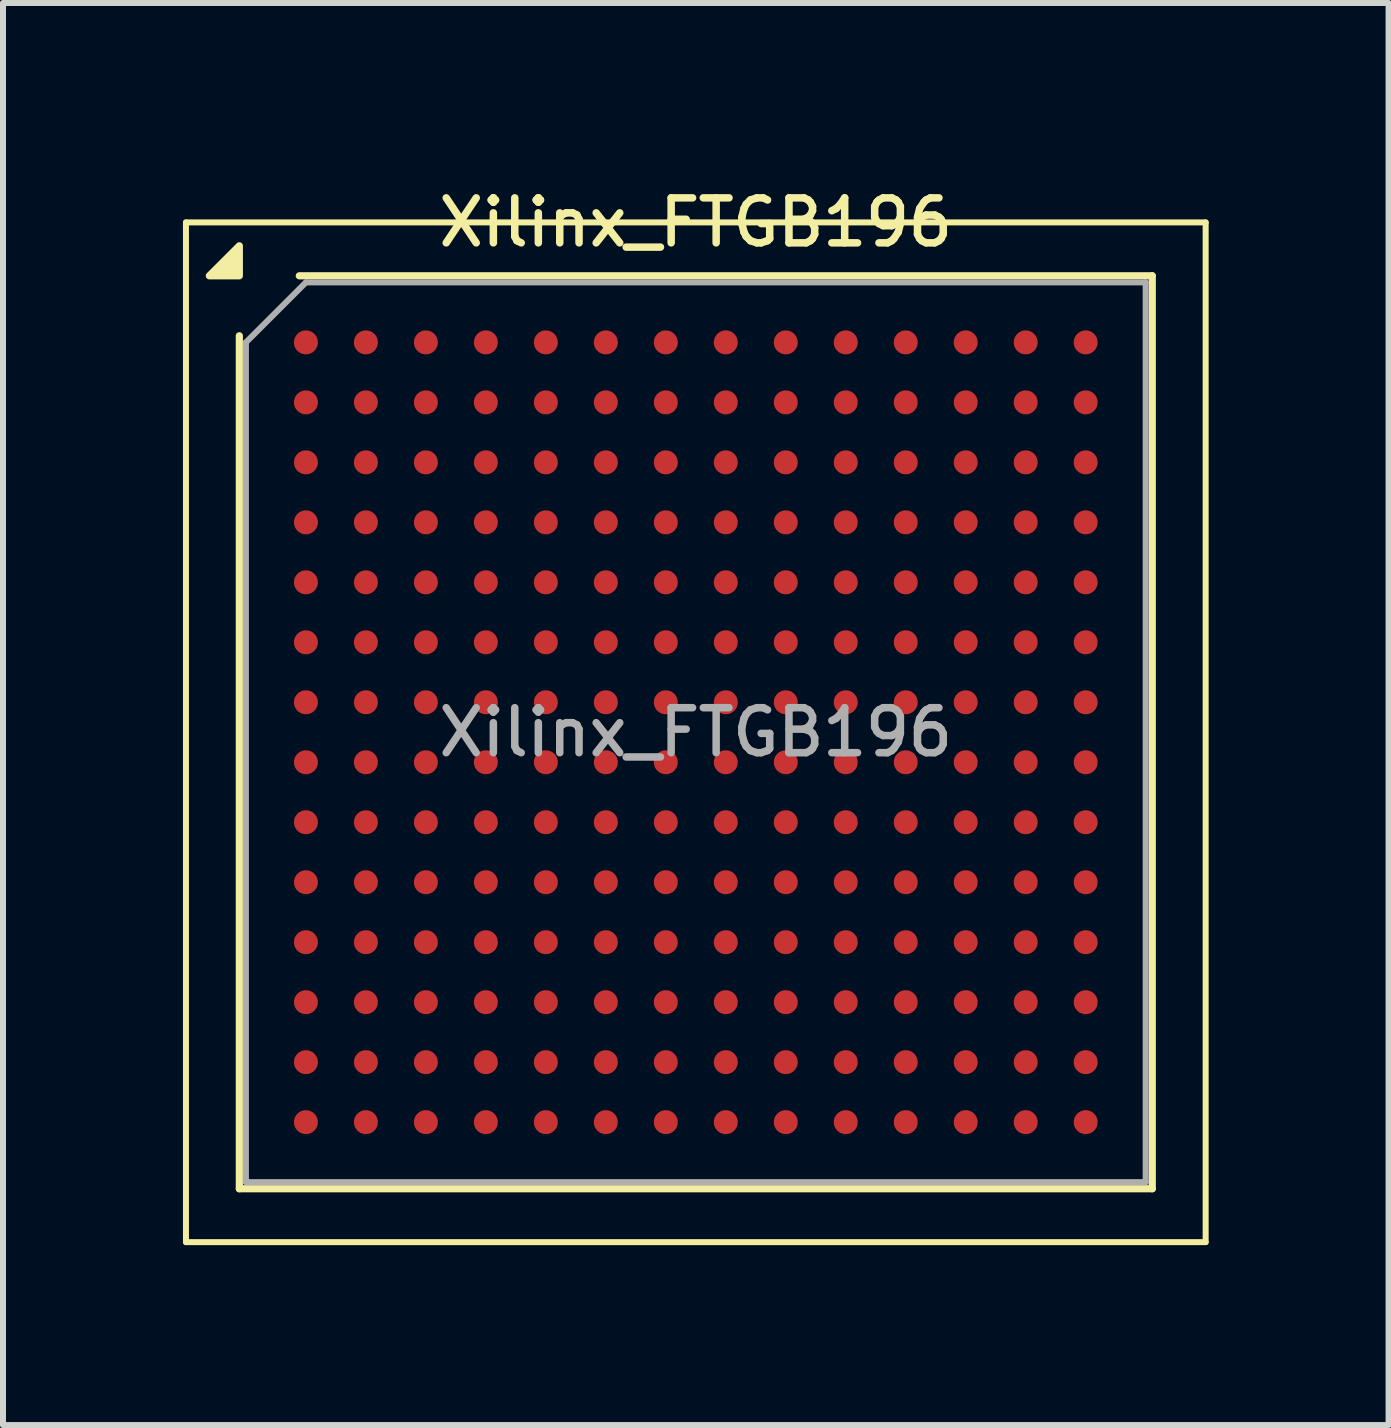
<source format=kicad_pcb>
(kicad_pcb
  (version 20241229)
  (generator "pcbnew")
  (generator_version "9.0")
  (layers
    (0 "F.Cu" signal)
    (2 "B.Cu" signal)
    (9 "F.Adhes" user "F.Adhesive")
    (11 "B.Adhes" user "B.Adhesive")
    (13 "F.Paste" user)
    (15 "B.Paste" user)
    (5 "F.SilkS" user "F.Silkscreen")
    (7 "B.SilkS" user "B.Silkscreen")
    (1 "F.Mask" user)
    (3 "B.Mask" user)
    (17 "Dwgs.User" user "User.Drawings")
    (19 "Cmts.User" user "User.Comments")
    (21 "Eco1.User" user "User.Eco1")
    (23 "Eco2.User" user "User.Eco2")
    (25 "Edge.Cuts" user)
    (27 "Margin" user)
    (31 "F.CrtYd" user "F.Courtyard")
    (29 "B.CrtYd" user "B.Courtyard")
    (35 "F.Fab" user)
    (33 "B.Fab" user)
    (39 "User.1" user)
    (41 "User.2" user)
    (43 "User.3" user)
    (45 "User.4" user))
  (footprint "Xilinx_FTGB196"
    (layer "F.Cu")
    (at 8.55 9.158)
    (property "Reference" "Xilinx_FTGB196" (at 0 -8.5 0) (layer "F.SilkS") (effects (font (size 0.75 0.75) (thickness 0.125))))
    (attr smd)
    (fp_line (start -8.5 -8.5) (end -8.5 8.5) (stroke (width 0.1) (type solid)) (layer "F.SilkS"))
    (fp_line (start -8.5 8.5) (end 8.5 8.5) (stroke (width 0.1) (type solid)) (layer "F.SilkS"))
    (fp_line (start -7.61 7.61) (end -7.61 -6.61) (stroke (width 0.12) (type solid)) (layer "F.SilkS"))
    (fp_line (start -6.61 -7.61) (end 7.61 -7.61) (stroke (width 0.12) (type solid)) (layer "F.SilkS"))
    (fp_line (start 7.61 -7.61) (end 7.61 7.61) (stroke (width 0.12) (type solid)) (layer "F.SilkS"))
    (fp_line (start 7.61 7.61) (end -7.61 7.61) (stroke (width 0.12) (type solid)) (layer "F.SilkS"))
    (fp_line (start 8.5 -8.5) (end -8.5 -8.5) (stroke (width 0.1) (type solid)) (layer "F.SilkS"))
    (fp_line (start 8.5 8.5) (end 8.5 -8.5) (stroke (width 0.1) (type solid)) (layer "F.SilkS"))
    (fp_poly (pts (xy -7.61 -7.61) (xy -8.11 -7.61) (xy -7.61 -8.11) (xy -7.61 -7.61)) (stroke (width 0.12) (type solid)) (fill yes) (layer "F.SilkS"))
    (fp_line (start -7.5 -6.5) (end -6.5 -7.5) (stroke (width 0.1) (type solid)) (layer "F.Fab"))
    (fp_line (start -7.5 7.5) (end -7.5 -6.5) (stroke (width 0.1) (type solid)) (layer "F.Fab"))
    (fp_line (start -6.5 -7.5) (end 7.5 -7.5) (stroke (width 0.1) (type solid)) (layer "F.Fab"))
    (fp_line (start 7.5 -7.5) (end 7.5 7.5) (stroke (width 0.1) (type solid)) (layer "F.Fab"))
    (fp_line (start 7.5 7.5) (end -7.5 7.5) (stroke (width 0.1) (type solid)) (layer "F.Fab"))
    (fp_text user "${REFERENCE}" (at 0 0 0) (layer "F.Fab") (effects (font (size 0.75 0.75) (thickness 0.125))))
    (pad "A1" smd circle (at -6.5 -6.5) (size 0.4 0.4) (property pad_prop_bga) (layers "F.Cu" "F.Mask" "F.Paste"))
    (pad "A2" smd circle (at -5.5 -6.5) (size 0.4 0.4) (property pad_prop_bga) (layers "F.Cu" "F.Mask" "F.Paste"))
    (pad "A3" smd circle (at -4.5 -6.5) (size 0.4 0.4) (property pad_prop_bga) (layers "F.Cu" "F.Mask" "F.Paste"))
    (pad "A4" smd circle (at -3.5 -6.5) (size 0.4 0.4) (property pad_prop_bga) (layers "F.Cu" "F.Mask" "F.Paste"))
    (pad "A5" smd circle (at -2.5 -6.5) (size 0.4 0.4) (property pad_prop_bga) (layers "F.Cu" "F.Mask" "F.Paste"))
    (pad "A6" smd circle (at -1.5 -6.5) (size 0.4 0.4) (property pad_prop_bga) (layers "F.Cu" "F.Mask" "F.Paste"))
    (pad "A7" smd circle (at -0.5 -6.5) (size 0.4 0.4) (property pad_prop_bga) (layers "F.Cu" "F.Mask" "F.Paste"))
    (pad "A8" smd circle (at 0.5 -6.5) (size 0.4 0.4) (property pad_prop_bga) (layers "F.Cu" "F.Mask" "F.Paste"))
    (pad "A9" smd circle (at 1.5 -6.5) (size 0.4 0.4) (property pad_prop_bga) (layers "F.Cu" "F.Mask" "F.Paste"))
    (pad "A10" smd circle (at 2.5 -6.5) (size 0.4 0.4) (property pad_prop_bga) (layers "F.Cu" "F.Mask" "F.Paste"))
    (pad "A11" smd circle (at 3.5 -6.5) (size 0.4 0.4) (property pad_prop_bga) (layers "F.Cu" "F.Mask" "F.Paste"))
    (pad "A12" smd circle (at 4.5 -6.5) (size 0.4 0.4) (property pad_prop_bga) (layers "F.Cu" "F.Mask" "F.Paste"))
    (pad "A13" smd circle (at 5.5 -6.5) (size 0.4 0.4) (property pad_prop_bga) (layers "F.Cu" "F.Mask" "F.Paste"))
    (pad "A14" smd circle (at 6.5 -6.5) (size 0.4 0.4) (property pad_prop_bga) (layers "F.Cu" "F.Mask" "F.Paste"))
    (pad "B1" smd circle (at -6.5 -5.5) (size 0.4 0.4) (property pad_prop_bga) (layers "F.Cu" "F.Mask" "F.Paste"))
    (pad "B2" smd circle (at -5.5 -5.5) (size 0.4 0.4) (property pad_prop_bga) (layers "F.Cu" "F.Mask" "F.Paste"))
    (pad "B3" smd circle (at -4.5 -5.5) (size 0.4 0.4) (property pad_prop_bga) (layers "F.Cu" "F.Mask" "F.Paste"))
    (pad "B4" smd circle (at -3.5 -5.5) (size 0.4 0.4) (property pad_prop_bga) (layers "F.Cu" "F.Mask" "F.Paste"))
    (pad "B5" smd circle (at -2.5 -5.5) (size 0.4 0.4) (property pad_prop_bga) (layers "F.Cu" "F.Mask" "F.Paste"))
    (pad "B6" smd circle (at -1.5 -5.5) (size 0.4 0.4) (property pad_prop_bga) (layers "F.Cu" "F.Mask" "F.Paste"))
    (pad "B7" smd circle (at -0.5 -5.5) (size 0.4 0.4) (property pad_prop_bga) (layers "F.Cu" "F.Mask" "F.Paste"))
    (pad "B8" smd circle (at 0.5 -5.5) (size 0.4 0.4) (property pad_prop_bga) (layers "F.Cu" "F.Mask" "F.Paste"))
    (pad "B9" smd circle (at 1.5 -5.5) (size 0.4 0.4) (property pad_prop_bga) (layers "F.Cu" "F.Mask" "F.Paste"))
    (pad "B10" smd circle (at 2.5 -5.5) (size 0.4 0.4) (property pad_prop_bga) (layers "F.Cu" "F.Mask" "F.Paste"))
    (pad "B11" smd circle (at 3.5 -5.5) (size 0.4 0.4) (property pad_prop_bga) (layers "F.Cu" "F.Mask" "F.Paste"))
    (pad "B12" smd circle (at 4.5 -5.5) (size 0.4 0.4) (property pad_prop_bga) (layers "F.Cu" "F.Mask" "F.Paste"))
    (pad "B13" smd circle (at 5.5 -5.5) (size 0.4 0.4) (property pad_prop_bga) (layers "F.Cu" "F.Mask" "F.Paste"))
    (pad "B14" smd circle (at 6.5 -5.5) (size 0.4 0.4) (property pad_prop_bga) (layers "F.Cu" "F.Mask" "F.Paste"))
    (pad "C1" smd circle (at -6.5 -4.5) (size 0.4 0.4) (property pad_prop_bga) (layers "F.Cu" "F.Mask" "F.Paste"))
    (pad "C2" smd circle (at -5.5 -4.5) (size 0.4 0.4) (property pad_prop_bga) (layers "F.Cu" "F.Mask" "F.Paste"))
    (pad "C3" smd circle (at -4.5 -4.5) (size 0.4 0.4) (property pad_prop_bga) (layers "F.Cu" "F.Mask" "F.Paste"))
    (pad "C4" smd circle (at -3.5 -4.5) (size 0.4 0.4) (property pad_prop_bga) (layers "F.Cu" "F.Mask" "F.Paste"))
    (pad "C5" smd circle (at -2.5 -4.5) (size 0.4 0.4) (property pad_prop_bga) (layers "F.Cu" "F.Mask" "F.Paste"))
    (pad "C6" smd circle (at -1.5 -4.5) (size 0.4 0.4) (property pad_prop_bga) (layers "F.Cu" "F.Mask" "F.Paste"))
    (pad "C7" smd circle (at -0.5 -4.5) (size 0.4 0.4) (property pad_prop_bga) (layers "F.Cu" "F.Mask" "F.Paste"))
    (pad "C8" smd circle (at 0.5 -4.5) (size 0.4 0.4) (property pad_prop_bga) (layers "F.Cu" "F.Mask" "F.Paste"))
    (pad "C9" smd circle (at 1.5 -4.5) (size 0.4 0.4) (property pad_prop_bga) (layers "F.Cu" "F.Mask" "F.Paste"))
    (pad "C10" smd circle (at 2.5 -4.5) (size 0.4 0.4) (property pad_prop_bga) (layers "F.Cu" "F.Mask" "F.Paste"))
    (pad "C11" smd circle (at 3.5 -4.5) (size 0.4 0.4) (property pad_prop_bga) (layers "F.Cu" "F.Mask" "F.Paste"))
    (pad "C12" smd circle (at 4.5 -4.5) (size 0.4 0.4) (property pad_prop_bga) (layers "F.Cu" "F.Mask" "F.Paste"))
    (pad "C13" smd circle (at 5.5 -4.5) (size 0.4 0.4) (property pad_prop_bga) (layers "F.Cu" "F.Mask" "F.Paste"))
    (pad "C14" smd circle (at 6.5 -4.5) (size 0.4 0.4) (property pad_prop_bga) (layers "F.Cu" "F.Mask" "F.Paste"))
    (pad "D1" smd circle (at -6.5 -3.5) (size 0.4 0.4) (property pad_prop_bga) (layers "F.Cu" "F.Mask" "F.Paste"))
    (pad "D2" smd circle (at -5.5 -3.5) (size 0.4 0.4) (property pad_prop_bga) (layers "F.Cu" "F.Mask" "F.Paste"))
    (pad "D3" smd circle (at -4.5 -3.5) (size 0.4 0.4) (property pad_prop_bga) (layers "F.Cu" "F.Mask" "F.Paste"))
    (pad "D4" smd circle (at -3.5 -3.5) (size 0.4 0.4) (property pad_prop_bga) (layers "F.Cu" "F.Mask" "F.Paste"))
    (pad "D5" smd circle (at -2.5 -3.5) (size 0.4 0.4) (property pad_prop_bga) (layers "F.Cu" "F.Mask" "F.Paste"))
    (pad "D6" smd circle (at -1.5 -3.5) (size 0.4 0.4) (property pad_prop_bga) (layers "F.Cu" "F.Mask" "F.Paste"))
    (pad "D7" smd circle (at -0.5 -3.5) (size 0.4 0.4) (property pad_prop_bga) (layers "F.Cu" "F.Mask" "F.Paste"))
    (pad "D8" smd circle (at 0.5 -3.5) (size 0.4 0.4) (property pad_prop_bga) (layers "F.Cu" "F.Mask" "F.Paste"))
    (pad "D9" smd circle (at 1.5 -3.5) (size 0.4 0.4) (property pad_prop_bga) (layers "F.Cu" "F.Mask" "F.Paste"))
    (pad "D10" smd circle (at 2.5 -3.5) (size 0.4 0.4) (property pad_prop_bga) (layers "F.Cu" "F.Mask" "F.Paste"))
    (pad "D11" smd circle (at 3.5 -3.5) (size 0.4 0.4) (property pad_prop_bga) (layers "F.Cu" "F.Mask" "F.Paste"))
    (pad "D12" smd circle (at 4.5 -3.5) (size 0.4 0.4) (property pad_prop_bga) (layers "F.Cu" "F.Mask" "F.Paste"))
    (pad "D13" smd circle (at 5.5 -3.5) (size 0.4 0.4) (property pad_prop_bga) (layers "F.Cu" "F.Mask" "F.Paste"))
    (pad "D14" smd circle (at 6.5 -3.5) (size 0.4 0.4) (property pad_prop_bga) (layers "F.Cu" "F.Mask" "F.Paste"))
    (pad "E1" smd circle (at -6.5 -2.5) (size 0.4 0.4) (property pad_prop_bga) (layers "F.Cu" "F.Mask" "F.Paste"))
    (pad "E2" smd circle (at -5.5 -2.5) (size 0.4 0.4) (property pad_prop_bga) (layers "F.Cu" "F.Mask" "F.Paste"))
    (pad "E3" smd circle (at -4.5 -2.5) (size 0.4 0.4) (property pad_prop_bga) (layers "F.Cu" "F.Mask" "F.Paste"))
    (pad "E4" smd circle (at -3.5 -2.5) (size 0.4 0.4) (property pad_prop_bga) (layers "F.Cu" "F.Mask" "F.Paste"))
    (pad "E5" smd circle (at -2.5 -2.5) (size 0.4 0.4) (property pad_prop_bga) (layers "F.Cu" "F.Mask" "F.Paste"))
    (pad "E6" smd circle (at -1.5 -2.5) (size 0.4 0.4) (property pad_prop_bga) (layers "F.Cu" "F.Mask" "F.Paste"))
    (pad "E7" smd circle (at -0.5 -2.5) (size 0.4 0.4) (property pad_prop_bga) (layers "F.Cu" "F.Mask" "F.Paste"))
    (pad "E8" smd circle (at 0.5 -2.5) (size 0.4 0.4) (property pad_prop_bga) (layers "F.Cu" "F.Mask" "F.Paste"))
    (pad "E9" smd circle (at 1.5 -2.5) (size 0.4 0.4) (property pad_prop_bga) (layers "F.Cu" "F.Mask" "F.Paste"))
    (pad "E10" smd circle (at 2.5 -2.5) (size 0.4 0.4) (property pad_prop_bga) (layers "F.Cu" "F.Mask" "F.Paste"))
    (pad "E11" smd circle (at 3.5 -2.5) (size 0.4 0.4) (property pad_prop_bga) (layers "F.Cu" "F.Mask" "F.Paste"))
    (pad "E12" smd circle (at 4.5 -2.5) (size 0.4 0.4) (property pad_prop_bga) (layers "F.Cu" "F.Mask" "F.Paste"))
    (pad "E13" smd circle (at 5.5 -2.5) (size 0.4 0.4) (property pad_prop_bga) (layers "F.Cu" "F.Mask" "F.Paste"))
    (pad "E14" smd circle (at 6.5 -2.5) (size 0.4 0.4) (property pad_prop_bga) (layers "F.Cu" "F.Mask" "F.Paste"))
    (pad "F1" smd circle (at -6.5 -1.5) (size 0.4 0.4) (property pad_prop_bga) (layers "F.Cu" "F.Mask" "F.Paste"))
    (pad "F2" smd circle (at -5.5 -1.5) (size 0.4 0.4) (property pad_prop_bga) (layers "F.Cu" "F.Mask" "F.Paste"))
    (pad "F3" smd circle (at -4.5 -1.5) (size 0.4 0.4) (property pad_prop_bga) (layers "F.Cu" "F.Mask" "F.Paste"))
    (pad "F4" smd circle (at -3.5 -1.5) (size 0.4 0.4) (property pad_prop_bga) (layers "F.Cu" "F.Mask" "F.Paste"))
    (pad "F5" smd circle (at -2.5 -1.5) (size 0.4 0.4) (property pad_prop_bga) (layers "F.Cu" "F.Mask" "F.Paste"))
    (pad "F6" smd circle (at -1.5 -1.5) (size 0.4 0.4) (property pad_prop_bga) (layers "F.Cu" "F.Mask" "F.Paste"))
    (pad "F7" smd circle (at -0.5 -1.5) (size 0.4 0.4) (property pad_prop_bga) (layers "F.Cu" "F.Mask" "F.Paste"))
    (pad "F8" smd circle (at 0.5 -1.5) (size 0.4 0.4) (property pad_prop_bga) (layers "F.Cu" "F.Mask" "F.Paste"))
    (pad "F9" smd circle (at 1.5 -1.5) (size 0.4 0.4) (property pad_prop_bga) (layers "F.Cu" "F.Mask" "F.Paste"))
    (pad "F10" smd circle (at 2.5 -1.5) (size 0.4 0.4) (property pad_prop_bga) (layers "F.Cu" "F.Mask" "F.Paste"))
    (pad "F11" smd circle (at 3.5 -1.5) (size 0.4 0.4) (property pad_prop_bga) (layers "F.Cu" "F.Mask" "F.Paste"))
    (pad "F12" smd circle (at 4.5 -1.5) (size 0.4 0.4) (property pad_prop_bga) (layers "F.Cu" "F.Mask" "F.Paste"))
    (pad "F13" smd circle (at 5.5 -1.5) (size 0.4 0.4) (property pad_prop_bga) (layers "F.Cu" "F.Mask" "F.Paste"))
    (pad "F14" smd circle (at 6.5 -1.5) (size 0.4 0.4) (property pad_prop_bga) (layers "F.Cu" "F.Mask" "F.Paste"))
    (pad "G1" smd circle (at -6.5 -0.5) (size 0.4 0.4) (property pad_prop_bga) (layers "F.Cu" "F.Mask" "F.Paste"))
    (pad "G2" smd circle (at -5.5 -0.5) (size 0.4 0.4) (property pad_prop_bga) (layers "F.Cu" "F.Mask" "F.Paste"))
    (pad "G3" smd circle (at -4.5 -0.5) (size 0.4 0.4) (property pad_prop_bga) (layers "F.Cu" "F.Mask" "F.Paste"))
    (pad "G4" smd circle (at -3.5 -0.5) (size 0.4 0.4) (property pad_prop_bga) (layers "F.Cu" "F.Mask" "F.Paste"))
    (pad "G5" smd circle (at -2.5 -0.5) (size 0.4 0.4) (property pad_prop_bga) (layers "F.Cu" "F.Mask" "F.Paste"))
    (pad "G6" smd circle (at -1.5 -0.5) (size 0.4 0.4) (property pad_prop_bga) (layers "F.Cu" "F.Mask" "F.Paste"))
    (pad "G7" smd circle (at -0.5 -0.5) (size 0.4 0.4) (property pad_prop_bga) (layers "F.Cu" "F.Mask" "F.Paste"))
    (pad "G8" smd circle (at 0.5 -0.5) (size 0.4 0.4) (property pad_prop_bga) (layers "F.Cu" "F.Mask" "F.Paste"))
    (pad "G9" smd circle (at 1.5 -0.5) (size 0.4 0.4) (property pad_prop_bga) (layers "F.Cu" "F.Mask" "F.Paste"))
    (pad "G10" smd circle (at 2.5 -0.5) (size 0.4 0.4) (property pad_prop_bga) (layers "F.Cu" "F.Mask" "F.Paste"))
    (pad "G11" smd circle (at 3.5 -0.5) (size 0.4 0.4) (property pad_prop_bga) (layers "F.Cu" "F.Mask" "F.Paste"))
    (pad "G12" smd circle (at 4.5 -0.5) (size 0.4 0.4) (property pad_prop_bga) (layers "F.Cu" "F.Mask" "F.Paste"))
    (pad "G13" smd circle (at 5.5 -0.5) (size 0.4 0.4) (property pad_prop_bga) (layers "F.Cu" "F.Mask" "F.Paste"))
    (pad "G14" smd circle (at 6.5 -0.5) (size 0.4 0.4) (property pad_prop_bga) (layers "F.Cu" "F.Mask" "F.Paste"))
    (pad "H1" smd circle (at -6.5 0.5) (size 0.4 0.4) (property pad_prop_bga) (layers "F.Cu" "F.Mask" "F.Paste"))
    (pad "H2" smd circle (at -5.5 0.5) (size 0.4 0.4) (property pad_prop_bga) (layers "F.Cu" "F.Mask" "F.Paste"))
    (pad "H3" smd circle (at -4.5 0.5) (size 0.4 0.4) (property pad_prop_bga) (layers "F.Cu" "F.Mask" "F.Paste"))
    (pad "H4" smd circle (at -3.5 0.5) (size 0.4 0.4) (property pad_prop_bga) (layers "F.Cu" "F.Mask" "F.Paste"))
    (pad "H5" smd circle (at -2.5 0.5) (size 0.4 0.4) (property pad_prop_bga) (layers "F.Cu" "F.Mask" "F.Paste"))
    (pad "H6" smd circle (at -1.5 0.5) (size 0.4 0.4) (property pad_prop_bga) (layers "F.Cu" "F.Mask" "F.Paste"))
    (pad "H7" smd circle (at -0.5 0.5) (size 0.4 0.4) (property pad_prop_bga) (layers "F.Cu" "F.Mask" "F.Paste"))
    (pad "H8" smd circle (at 0.5 0.5) (size 0.4 0.4) (property pad_prop_bga) (layers "F.Cu" "F.Mask" "F.Paste"))
    (pad "H9" smd circle (at 1.5 0.5) (size 0.4 0.4) (property pad_prop_bga) (layers "F.Cu" "F.Mask" "F.Paste"))
    (pad "H10" smd circle (at 2.5 0.5) (size 0.4 0.4) (property pad_prop_bga) (layers "F.Cu" "F.Mask" "F.Paste"))
    (pad "H11" smd circle (at 3.5 0.5) (size 0.4 0.4) (property pad_prop_bga) (layers "F.Cu" "F.Mask" "F.Paste"))
    (pad "H12" smd circle (at 4.5 0.5) (size 0.4 0.4) (property pad_prop_bga) (layers "F.Cu" "F.Mask" "F.Paste"))
    (pad "H13" smd circle (at 5.5 0.5) (size 0.4 0.4) (property pad_prop_bga) (layers "F.Cu" "F.Mask" "F.Paste"))
    (pad "H14" smd circle (at 6.5 0.5) (size 0.4 0.4) (property pad_prop_bga) (layers "F.Cu" "F.Mask" "F.Paste"))
    (pad "J1" smd circle (at -6.5 1.5) (size 0.4 0.4) (property pad_prop_bga) (layers "F.Cu" "F.Mask" "F.Paste"))
    (pad "J2" smd circle (at -5.5 1.5) (size 0.4 0.4) (property pad_prop_bga) (layers "F.Cu" "F.Mask" "F.Paste"))
    (pad "J3" smd circle (at -4.5 1.5) (size 0.4 0.4) (property pad_prop_bga) (layers "F.Cu" "F.Mask" "F.Paste"))
    (pad "J4" smd circle (at -3.5 1.5) (size 0.4 0.4) (property pad_prop_bga) (layers "F.Cu" "F.Mask" "F.Paste"))
    (pad "J5" smd circle (at -2.5 1.5) (size 0.4 0.4) (property pad_prop_bga) (layers "F.Cu" "F.Mask" "F.Paste"))
    (pad "J6" smd circle (at -1.5 1.5) (size 0.4 0.4) (property pad_prop_bga) (layers "F.Cu" "F.Mask" "F.Paste"))
    (pad "J7" smd circle (at -0.5 1.5) (size 0.4 0.4) (property pad_prop_bga) (layers "F.Cu" "F.Mask" "F.Paste"))
    (pad "J8" smd circle (at 0.5 1.5) (size 0.4 0.4) (property pad_prop_bga) (layers "F.Cu" "F.Mask" "F.Paste"))
    (pad "J9" smd circle (at 1.5 1.5) (size 0.4 0.4) (property pad_prop_bga) (layers "F.Cu" "F.Mask" "F.Paste"))
    (pad "J10" smd circle (at 2.5 1.5) (size 0.4 0.4) (property pad_prop_bga) (layers "F.Cu" "F.Mask" "F.Paste"))
    (pad "J11" smd circle (at 3.5 1.5) (size 0.4 0.4) (property pad_prop_bga) (layers "F.Cu" "F.Mask" "F.Paste"))
    (pad "J12" smd circle (at 4.5 1.5) (size 0.4 0.4) (property pad_prop_bga) (layers "F.Cu" "F.Mask" "F.Paste"))
    (pad "J13" smd circle (at 5.5 1.5) (size 0.4 0.4) (property pad_prop_bga) (layers "F.Cu" "F.Mask" "F.Paste"))
    (pad "J14" smd circle (at 6.5 1.5) (size 0.4 0.4) (property pad_prop_bga) (layers "F.Cu" "F.Mask" "F.Paste"))
    (pad "K1" smd circle (at -6.5 2.5) (size 0.4 0.4) (property pad_prop_bga) (layers "F.Cu" "F.Mask" "F.Paste"))
    (pad "K2" smd circle (at -5.5 2.5) (size 0.4 0.4) (property pad_prop_bga) (layers "F.Cu" "F.Mask" "F.Paste"))
    (pad "K3" smd circle (at -4.5 2.5) (size 0.4 0.4) (property pad_prop_bga) (layers "F.Cu" "F.Mask" "F.Paste"))
    (pad "K4" smd circle (at -3.5 2.5) (size 0.4 0.4) (property pad_prop_bga) (layers "F.Cu" "F.Mask" "F.Paste"))
    (pad "K5" smd circle (at -2.5 2.5) (size 0.4 0.4) (property pad_prop_bga) (layers "F.Cu" "F.Mask" "F.Paste"))
    (pad "K6" smd circle (at -1.5 2.5) (size 0.4 0.4) (property pad_prop_bga) (layers "F.Cu" "F.Mask" "F.Paste"))
    (pad "K7" smd circle (at -0.5 2.5) (size 0.4 0.4) (property pad_prop_bga) (layers "F.Cu" "F.Mask" "F.Paste"))
    (pad "K8" smd circle (at 0.5 2.5) (size 0.4 0.4) (property pad_prop_bga) (layers "F.Cu" "F.Mask" "F.Paste"))
    (pad "K9" smd circle (at 1.5 2.5) (size 0.4 0.4) (property pad_prop_bga) (layers "F.Cu" "F.Mask" "F.Paste"))
    (pad "K10" smd circle (at 2.5 2.5) (size 0.4 0.4) (property pad_prop_bga) (layers "F.Cu" "F.Mask" "F.Paste"))
    (pad "K11" smd circle (at 3.5 2.5) (size 0.4 0.4) (property pad_prop_bga) (layers "F.Cu" "F.Mask" "F.Paste"))
    (pad "K12" smd circle (at 4.5 2.5) (size 0.4 0.4) (property pad_prop_bga) (layers "F.Cu" "F.Mask" "F.Paste"))
    (pad "K13" smd circle (at 5.5 2.5) (size 0.4 0.4) (property pad_prop_bga) (layers "F.Cu" "F.Mask" "F.Paste"))
    (pad "K14" smd circle (at 6.5 2.5) (size 0.4 0.4) (property pad_prop_bga) (layers "F.Cu" "F.Mask" "F.Paste"))
    (pad "L1" smd circle (at -6.5 3.5) (size 0.4 0.4) (property pad_prop_bga) (layers "F.Cu" "F.Mask" "F.Paste"))
    (pad "L2" smd circle (at -5.5 3.5) (size 0.4 0.4) (property pad_prop_bga) (layers "F.Cu" "F.Mask" "F.Paste"))
    (pad "L3" smd circle (at -4.5 3.5) (size 0.4 0.4) (property pad_prop_bga) (layers "F.Cu" "F.Mask" "F.Paste"))
    (pad "L4" smd circle (at -3.5 3.5) (size 0.4 0.4) (property pad_prop_bga) (layers "F.Cu" "F.Mask" "F.Paste"))
    (pad "L5" smd circle (at -2.5 3.5) (size 0.4 0.4) (property pad_prop_bga) (layers "F.Cu" "F.Mask" "F.Paste"))
    (pad "L6" smd circle (at -1.5 3.5) (size 0.4 0.4) (property pad_prop_bga) (layers "F.Cu" "F.Mask" "F.Paste"))
    (pad "L7" smd circle (at -0.5 3.5) (size 0.4 0.4) (property pad_prop_bga) (layers "F.Cu" "F.Mask" "F.Paste"))
    (pad "L8" smd circle (at 0.5 3.5) (size 0.4 0.4) (property pad_prop_bga) (layers "F.Cu" "F.Mask" "F.Paste"))
    (pad "L9" smd circle (at 1.5 3.5) (size 0.4 0.4) (property pad_prop_bga) (layers "F.Cu" "F.Mask" "F.Paste"))
    (pad "L10" smd circle (at 2.5 3.5) (size 0.4 0.4) (property pad_prop_bga) (layers "F.Cu" "F.Mask" "F.Paste"))
    (pad "L11" smd circle (at 3.5 3.5) (size 0.4 0.4) (property pad_prop_bga) (layers "F.Cu" "F.Mask" "F.Paste"))
    (pad "L12" smd circle (at 4.5 3.5) (size 0.4 0.4) (property pad_prop_bga) (layers "F.Cu" "F.Mask" "F.Paste"))
    (pad "L13" smd circle (at 5.5 3.5) (size 0.4 0.4) (property pad_prop_bga) (layers "F.Cu" "F.Mask" "F.Paste"))
    (pad "L14" smd circle (at 6.5 3.5) (size 0.4 0.4) (property pad_prop_bga) (layers "F.Cu" "F.Mask" "F.Paste"))
    (pad "M1" smd circle (at -6.5 4.5) (size 0.4 0.4) (property pad_prop_bga) (layers "F.Cu" "F.Mask" "F.Paste"))
    (pad "M2" smd circle (at -5.5 4.5) (size 0.4 0.4) (property pad_prop_bga) (layers "F.Cu" "F.Mask" "F.Paste"))
    (pad "M3" smd circle (at -4.5 4.5) (size 0.4 0.4) (property pad_prop_bga) (layers "F.Cu" "F.Mask" "F.Paste"))
    (pad "M4" smd circle (at -3.5 4.5) (size 0.4 0.4) (property pad_prop_bga) (layers "F.Cu" "F.Mask" "F.Paste"))
    (pad "M5" smd circle (at -2.5 4.5) (size 0.4 0.4) (property pad_prop_bga) (layers "F.Cu" "F.Mask" "F.Paste"))
    (pad "M6" smd circle (at -1.5 4.5) (size 0.4 0.4) (property pad_prop_bga) (layers "F.Cu" "F.Mask" "F.Paste"))
    (pad "M7" smd circle (at -0.5 4.5) (size 0.4 0.4) (property pad_prop_bga) (layers "F.Cu" "F.Mask" "F.Paste"))
    (pad "M8" smd circle (at 0.5 4.5) (size 0.4 0.4) (property pad_prop_bga) (layers "F.Cu" "F.Mask" "F.Paste"))
    (pad "M9" smd circle (at 1.5 4.5) (size 0.4 0.4) (property pad_prop_bga) (layers "F.Cu" "F.Mask" "F.Paste"))
    (pad "M10" smd circle (at 2.5 4.5) (size 0.4 0.4) (property pad_prop_bga) (layers "F.Cu" "F.Mask" "F.Paste"))
    (pad "M11" smd circle (at 3.5 4.5) (size 0.4 0.4) (property pad_prop_bga) (layers "F.Cu" "F.Mask" "F.Paste"))
    (pad "M12" smd circle (at 4.5 4.5) (size 0.4 0.4) (property pad_prop_bga) (layers "F.Cu" "F.Mask" "F.Paste"))
    (pad "M13" smd circle (at 5.5 4.5) (size 0.4 0.4) (property pad_prop_bga) (layers "F.Cu" "F.Mask" "F.Paste"))
    (pad "M14" smd circle (at 6.5 4.5) (size 0.4 0.4) (property pad_prop_bga) (layers "F.Cu" "F.Mask" "F.Paste"))
    (pad "N1" smd circle (at -6.5 5.5) (size 0.4 0.4) (property pad_prop_bga) (layers "F.Cu" "F.Mask" "F.Paste"))
    (pad "N2" smd circle (at -5.5 5.5) (size 0.4 0.4) (property pad_prop_bga) (layers "F.Cu" "F.Mask" "F.Paste"))
    (pad "N3" smd circle (at -4.5 5.5) (size 0.4 0.4) (property pad_prop_bga) (layers "F.Cu" "F.Mask" "F.Paste"))
    (pad "N4" smd circle (at -3.5 5.5) (size 0.4 0.4) (property pad_prop_bga) (layers "F.Cu" "F.Mask" "F.Paste"))
    (pad "N5" smd circle (at -2.5 5.5) (size 0.4 0.4) (property pad_prop_bga) (layers "F.Cu" "F.Mask" "F.Paste"))
    (pad "N6" smd circle (at -1.5 5.5) (size 0.4 0.4) (property pad_prop_bga) (layers "F.Cu" "F.Mask" "F.Paste"))
    (pad "N7" smd circle (at -0.5 5.5) (size 0.4 0.4) (property pad_prop_bga) (layers "F.Cu" "F.Mask" "F.Paste"))
    (pad "N8" smd circle (at 0.5 5.5) (size 0.4 0.4) (property pad_prop_bga) (layers "F.Cu" "F.Mask" "F.Paste"))
    (pad "N9" smd circle (at 1.5 5.5) (size 0.4 0.4) (property pad_prop_bga) (layers "F.Cu" "F.Mask" "F.Paste"))
    (pad "N10" smd circle (at 2.5 5.5) (size 0.4 0.4) (property pad_prop_bga) (layers "F.Cu" "F.Mask" "F.Paste"))
    (pad "N11" smd circle (at 3.5 5.5) (size 0.4 0.4) (property pad_prop_bga) (layers "F.Cu" "F.Mask" "F.Paste"))
    (pad "N12" smd circle (at 4.5 5.5) (size 0.4 0.4) (property pad_prop_bga) (layers "F.Cu" "F.Mask" "F.Paste"))
    (pad "N13" smd circle (at 5.5 5.5) (size 0.4 0.4) (property pad_prop_bga) (layers "F.Cu" "F.Mask" "F.Paste"))
    (pad "N14" smd circle (at 6.5 5.5) (size 0.4 0.4) (property pad_prop_bga) (layers "F.Cu" "F.Mask" "F.Paste"))
    (pad "P1" smd circle (at -6.5 6.5) (size 0.4 0.4) (property pad_prop_bga) (layers "F.Cu" "F.Mask" "F.Paste"))
    (pad "P2" smd circle (at -5.5 6.5) (size 0.4 0.4) (property pad_prop_bga) (layers "F.Cu" "F.Mask" "F.Paste"))
    (pad "P3" smd circle (at -4.5 6.5) (size 0.4 0.4) (property pad_prop_bga) (layers "F.Cu" "F.Mask" "F.Paste"))
    (pad "P4" smd circle (at -3.5 6.5) (size 0.4 0.4) (property pad_prop_bga) (layers "F.Cu" "F.Mask" "F.Paste"))
    (pad "P5" smd circle (at -2.5 6.5) (size 0.4 0.4) (property pad_prop_bga) (layers "F.Cu" "F.Mask" "F.Paste"))
    (pad "P6" smd circle (at -1.5 6.5) (size 0.4 0.4) (property pad_prop_bga) (layers "F.Cu" "F.Mask" "F.Paste"))
    (pad "P7" smd circle (at -0.5 6.5) (size 0.4 0.4) (property pad_prop_bga) (layers "F.Cu" "F.Mask" "F.Paste"))
    (pad "P8" smd circle (at 0.5 6.5) (size 0.4 0.4) (property pad_prop_bga) (layers "F.Cu" "F.Mask" "F.Paste"))
    (pad "P9" smd circle (at 1.5 6.5) (size 0.4 0.4) (property pad_prop_bga) (layers "F.Cu" "F.Mask" "F.Paste"))
    (pad "P10" smd circle (at 2.5 6.5) (size 0.4 0.4) (property pad_prop_bga) (layers "F.Cu" "F.Mask" "F.Paste"))
    (pad "P11" smd circle (at 3.5 6.5) (size 0.4 0.4) (property pad_prop_bga) (layers "F.Cu" "F.Mask" "F.Paste"))
    (pad "P12" smd circle (at 4.5 6.5) (size 0.4 0.4) (property pad_prop_bga) (layers "F.Cu" "F.Mask" "F.Paste"))
    (pad "P13" smd circle (at 5.5 6.5) (size 0.4 0.4) (property pad_prop_bga) (layers "F.Cu" "F.Mask" "F.Paste"))
    (pad "P14" smd circle (at 6.5 6.5) (size 0.4 0.4) (property pad_prop_bga) (layers "F.Cu" "F.Mask" "F.Paste")))
  (gr_rect
    (start -3 -3)
    (end 20.1 20.708)
    (stroke (width 0.1) (type default))
    (fill no)
    (layer "Edge.Cuts")))
</source>
